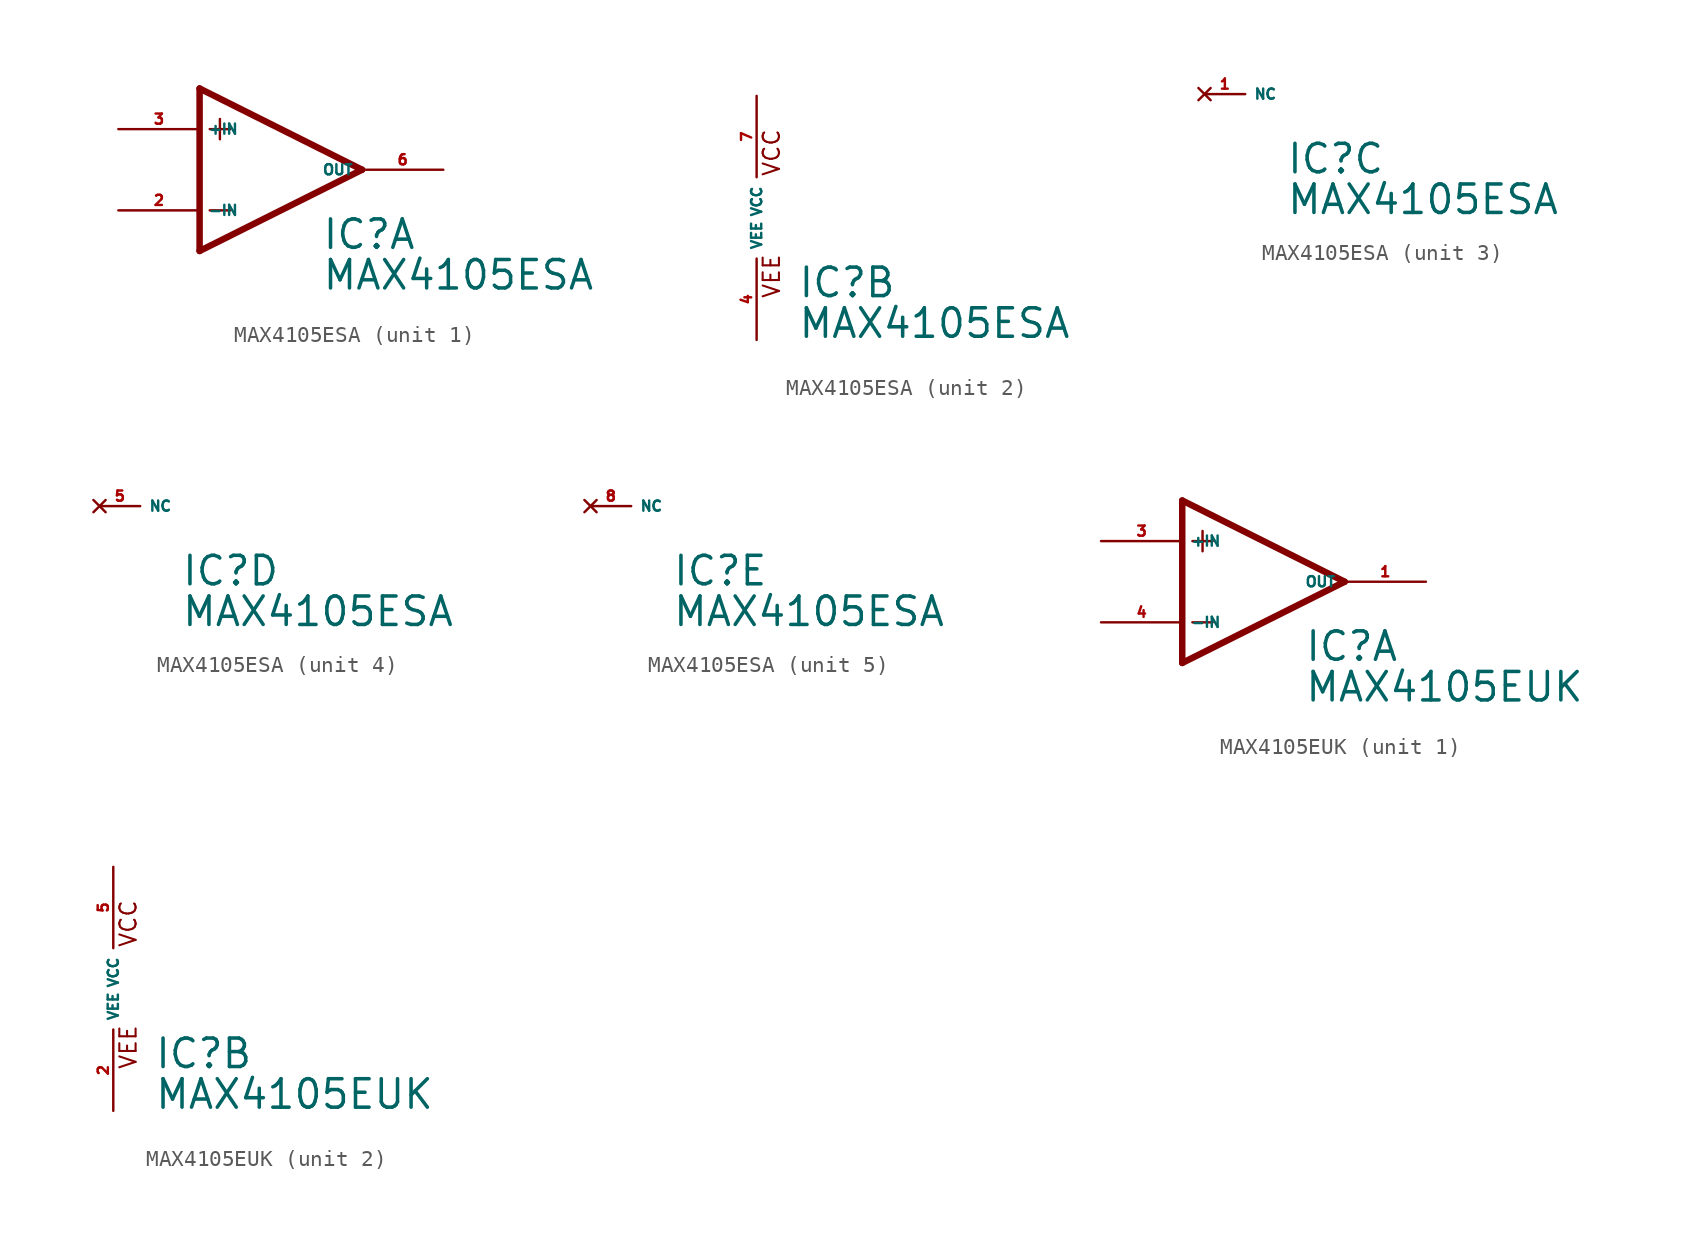
<source format=kicad_sym>
(kicad_symbol_lib
  (version 20220914)
  (generator Eagle2Kicad)
  (symbol "MAX4105ESA"
    (property "Reference" "IC"
      (at 2.54 -5.08 0)
      (effects (font (size 1.778 1.778) (thickness 0.22)) (justify left bottom)))
    (property "Value" "MAX4105ESA"
      (at 2.54 -7.62 0)
      (effects (font (size 1.778 1.778) (thickness 0.22)) (justify left bottom)))
    (symbol "MAX4105ESA_1_0"
      (polyline (pts (xy -3.81 3.175) (xy -3.81 1.905)) (stroke (width 0.152) (type default)) (fill (type none)))
      (polyline (pts (xy -4.445 2.54) (xy -3.175 2.54)) (stroke (width 0.152) (type default)) (fill (type none)))
      (polyline (pts (xy -4.445 -2.54) (xy -3.175 -2.54)) (stroke (width 0.152) (type default)) (fill (type none)))
      (polyline (pts (xy -5.08 5.08) (xy -5.08 -5.08)) (stroke (width 0.406) (type default)) (fill (type none)))
      (polyline (pts (xy 5.08 0) (xy -5.08 5.08)) (stroke (width 0.406) (type default)) (fill (type none)))
      (polyline (pts (xy -5.08 -5.08) (xy 5.08 0)) (stroke (width 0.406) (type default)) (fill (type none)))
      (pin input line (at -10.16 -2.54 0) (length 5.08) (name "-IN" (effects (font (size 0.635 0.635) (thickness 0.08)) (justify left bottom))) (number "2" (effects (font (size 0.635 0.635) (thickness 0.08)) (justify left bottom))))
      (pin input line (at -10.16 2.54 0) (length 5.08) (name "+IN" (effects (font (size 0.635 0.635) (thickness 0.08)) (justify left bottom))) (number "3" (effects (font (size 0.635 0.635) (thickness 0.08)) (justify left bottom))))
      (pin output line (at 10.16 0 180) (length 5.08) (name "OUT" (effects (font (size 0.635 0.635) (thickness 0.08)) (justify left bottom))) (number "6" (effects (font (size 0.635 0.635) (thickness 0.08)) (justify left bottom)))))
    (symbol "MAX4105ESA_2_0"
      (text "VCC" (at 1.524 2.54 900) (effects (font (size 1.016 1.016) (thickness 0.13)) (justify left bottom)))
      (text "VEE" (at 1.524 -5.08 900) (effects (font (size 1.016 1.016) (thickness 0.13)) (justify left bottom)))
      (pin unspecified line (at 0 7.62 270) (length 5.08) (name "VCC" (effects (font (size 0.635 0.635) (thickness 0.08)) (justify left bottom))) (number "7" (effects (font (size 0.635 0.635) (thickness 0.08)) (justify left bottom))))
      (pin unspecified line (at 0 -7.62 90) (length 5.08) (name "VEE" (effects (font (size 0.635 0.635) (thickness 0.08)) (justify left bottom))) (number "4" (effects (font (size 0.635 0.635) (thickness 0.08)) (justify left bottom)))))
    (symbol "MAX4105ESA_3_0"
      (pin no_connect line (at -2.54 0 0) (length 2.54) (name "NC" (effects (font (size 0.635 0.635) (thickness 0.08)) (justify left bottom) hide)) (number "1" (effects (font (size 0.635 0.635) (thickness 0.08)) (justify left bottom) hide))))
    (symbol "MAX4105ESA_4_0"
      (pin no_connect line (at -2.54 0 0) (length 2.54) (name "NC" (effects (font (size 0.635 0.635) (thickness 0.08)) (justify left bottom) hide)) (number "5" (effects (font (size 0.635 0.635) (thickness 0.08)) (justify left bottom) hide))))
    (symbol "MAX4105ESA_5_0"
      (pin no_connect line (at -2.54 0 0) (length 2.54) (name "NC" (effects (font (size 0.635 0.635) (thickness 0.08)) (justify left bottom) hide)) (number "8" (effects (font (size 0.635 0.635) (thickness 0.08)) (justify left bottom) hide)))))
  (symbol "MAX4105EUK"
    (property "Reference" "IC"
      (at 2.54 -5.08 0)
      (effects (font (size 1.778 1.778) (thickness 0.22)) (justify left bottom)))
    (property "Value" "MAX4105EUK"
      (at 2.54 -7.62 0)
      (effects (font (size 1.778 1.778) (thickness 0.22)) (justify left bottom)))
    (symbol "MAX4105EUK_1_0"
      (polyline (pts (xy -3.81 3.175) (xy -3.81 1.905)) (stroke (width 0.152) (type default)) (fill (type none)))
      (polyline (pts (xy -4.445 2.54) (xy -3.175 2.54)) (stroke (width 0.152) (type default)) (fill (type none)))
      (polyline (pts (xy -4.445 -2.54) (xy -3.175 -2.54)) (stroke (width 0.152) (type default)) (fill (type none)))
      (polyline (pts (xy -5.08 5.08) (xy -5.08 -5.08)) (stroke (width 0.406) (type default)) (fill (type none)))
      (polyline (pts (xy 5.08 0) (xy -5.08 5.08)) (stroke (width 0.406) (type default)) (fill (type none)))
      (polyline (pts (xy -5.08 -5.08) (xy 5.08 0)) (stroke (width 0.406) (type default)) (fill (type none)))
      (pin input line (at -10.16 -2.54 0) (length 5.08) (name "-IN" (effects (font (size 0.635 0.635) (thickness 0.08)) (justify left bottom))) (number "4" (effects (font (size 0.635 0.635) (thickness 0.08)) (justify left bottom))))
      (pin input line (at -10.16 2.54 0) (length 5.08) (name "+IN" (effects (font (size 0.635 0.635) (thickness 0.08)) (justify left bottom))) (number "3" (effects (font (size 0.635 0.635) (thickness 0.08)) (justify left bottom))))
      (pin output line (at 10.16 0 180) (length 5.08) (name "OUT" (effects (font (size 0.635 0.635) (thickness 0.08)) (justify left bottom))) (number "1" (effects (font (size 0.635 0.635) (thickness 0.08)) (justify left bottom)))))
    (symbol "MAX4105EUK_2_0"
      (text "VCC" (at 1.524 2.54 900) (effects (font (size 1.016 1.016) (thickness 0.13)) (justify left bottom)))
      (text "VEE" (at 1.524 -5.08 900) (effects (font (size 1.016 1.016) (thickness 0.13)) (justify left bottom)))
      (pin unspecified line (at 0 7.62 270) (length 5.08) (name "VCC" (effects (font (size 0.635 0.635) (thickness 0.08)) (justify left bottom))) (number "5" (effects (font (size 0.635 0.635) (thickness 0.08)) (justify left bottom))))
      (pin unspecified line (at 0 -7.62 90) (length 5.08) (name "VEE" (effects (font (size 0.635 0.635) (thickness 0.08)) (justify left bottom))) (number "2" (effects (font (size 0.635 0.635) (thickness 0.08)) (justify left bottom)))))))
</source>
